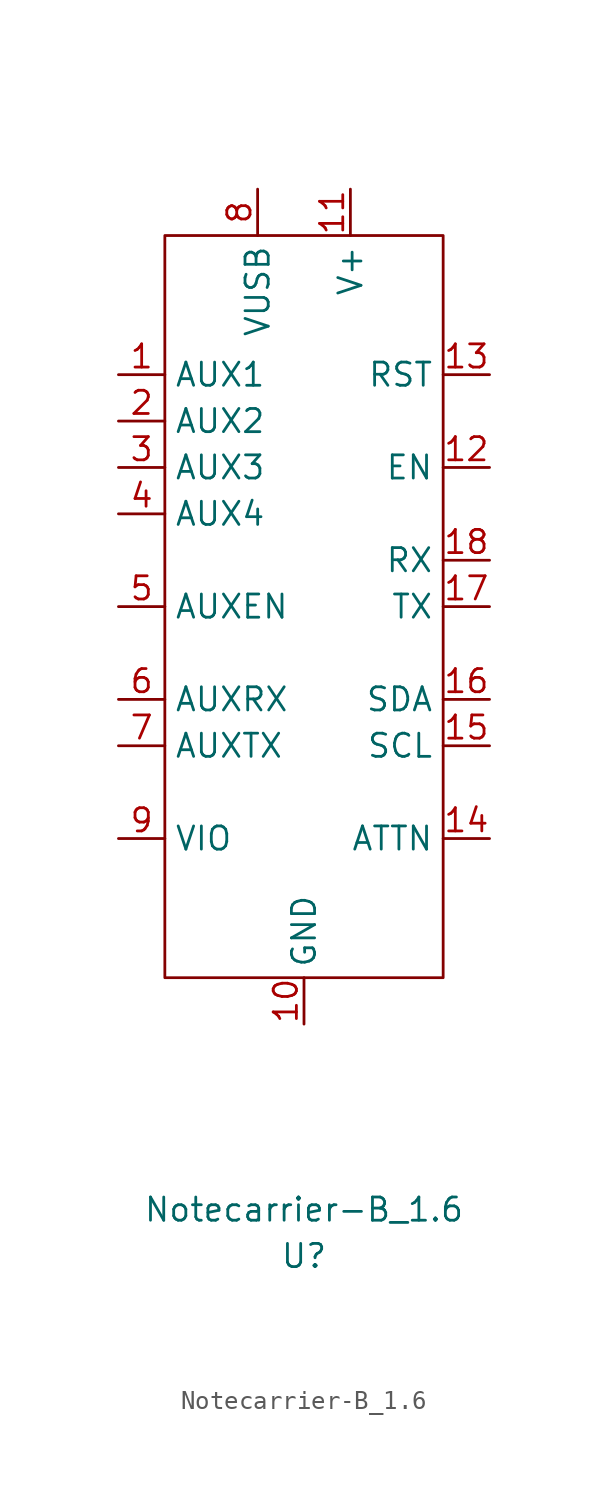
<source format=kicad_sym>
(kicad_symbol_lib
  (version 20211014)
  (generator kicad_symbol_editor)
  (symbol "Notecarrier-B_1.6"
    (property "Reference" "U"
      (at 0 -35.56 0)
      (effects (font (size 1.27 1.27))))
    (property "Value" "Notecarrier-B_1.6"
      (at 0 -33.02 0)
      (effects (font (size 1.27 1.27))))
    (symbol "Notecarrier-B_1.6_0_0"
      (pin bidirectional line (at -10.16 12.7 0) (length 2.54) (name "AUX1" (effects (font (size 1.27 1.27)))) (number "1" (effects (font (size 1.27 1.27)))))
      (pin input line (at 0 -22.86 90) (length 2.54) (name "GND" (effects (font (size 1.27 1.27)))) (number "10" (effects (font (size 1.27 1.27)))))
      (pin power_in line (at 2.54 22.86 270) (length 2.54) (name "V+" (effects (font (size 1.27 1.27)))) (number "11" (effects (font (size 1.27 1.27)))))
      (pin input line (at 10.16 7.62 180) (length 2.54) (name "EN" (effects (font (size 1.27 1.27)))) (number "12" (effects (font (size 1.27 1.27)))))
      (pin input line (at 10.16 12.7 180) (length 2.54) (name "RST" (effects (font (size 1.27 1.27)))) (number "13" (effects (font (size 1.27 1.27)))))
      (pin output line (at 10.16 -12.7 180) (length 2.54) (name "ATTN" (effects (font (size 1.27 1.27)))) (number "14" (effects (font (size 1.27 1.27)))))
      (pin bidirectional line (at 10.16 -7.62 180) (length 2.54) (name "SCL" (effects (font (size 1.27 1.27)))) (number "15" (effects (font (size 1.27 1.27)))))
      (pin bidirectional line (at 10.16 -5.08 180) (length 2.54) (name "SDA" (effects (font (size 1.27 1.27)))) (number "16" (effects (font (size 1.27 1.27)))))
      (pin output line (at 10.16 0 180) (length 2.54) (name "TX" (effects (font (size 1.27 1.27)))) (number "17" (effects (font (size 1.27 1.27)))))
      (pin input line (at 10.16 2.54 180) (length 2.54) (name "RX" (effects (font (size 1.27 1.27)))) (number "18" (effects (font (size 1.27 1.27)))))
      (pin bidirectional line (at -10.16 10.16 0) (length 2.54) (name "AUX2" (effects (font (size 1.27 1.27)))) (number "2" (effects (font (size 1.27 1.27)))))
      (pin bidirectional line (at -10.16 7.62 0) (length 2.54) (name "AUX3" (effects (font (size 1.27 1.27)))) (number "3" (effects (font (size 1.27 1.27)))))
      (pin bidirectional line (at -10.16 5.08 0) (length 2.54) (name "AUX4" (effects (font (size 1.27 1.27)))) (number "4" (effects (font (size 1.27 1.27)))))
      (pin input line (at -10.16 0 0) (length 2.54) (name "AUXEN" (effects (font (size 1.27 1.27)))) (number "5" (effects (font (size 1.27 1.27)))))
      (pin input line (at -10.16 -5.08 0) (length 2.54) (name "AUXRX" (effects (font (size 1.27 1.27)))) (number "6" (effects (font (size 1.27 1.27)))))
      (pin output line (at -10.16 -7.62 0) (length 2.54) (name "AUXTX" (effects (font (size 1.27 1.27)))) (number "7" (effects (font (size 1.27 1.27)))))
      (pin power_in line (at -2.54 22.86 270) (length 2.54) (name "VUSB" (effects (font (size 1.27 1.27)))) (number "8" (effects (font (size 1.27 1.27)))))
      (pin power_out line (at -10.16 -12.7 0) (length 2.54) (name "VIO" (effects (font (size 1.27 1.27)))) (number "9" (effects (font (size 1.27 1.27))))))
    (symbol "Notecarrier-B_1.6_0_1"
      (rectangle (start -7.62 20.32) (end 7.62 -20.32) (stroke (width 0) (type default) (color 0 0 0 0)) (fill (type none))))))
</source>
